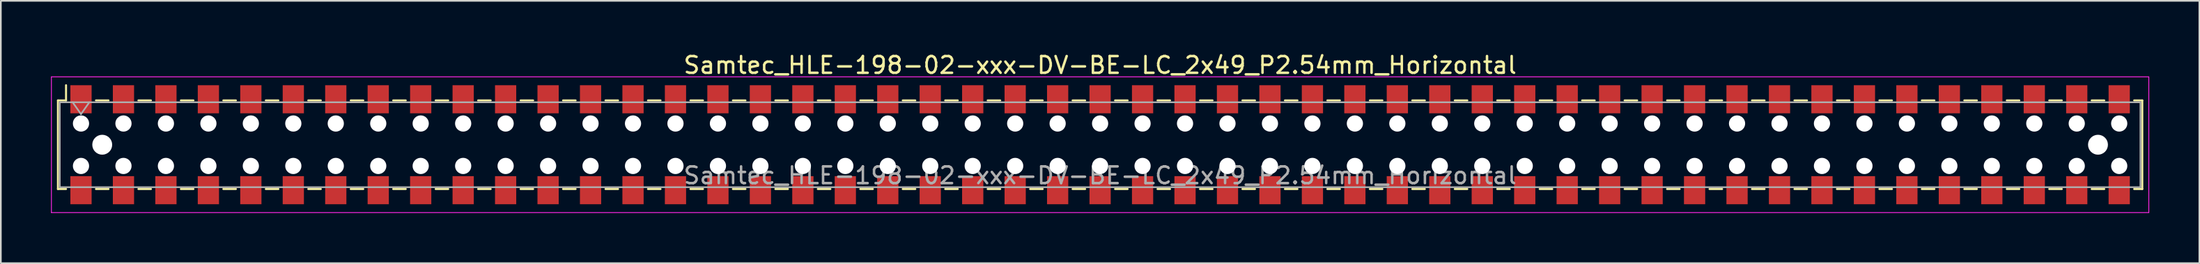
<source format=kicad_pcb>
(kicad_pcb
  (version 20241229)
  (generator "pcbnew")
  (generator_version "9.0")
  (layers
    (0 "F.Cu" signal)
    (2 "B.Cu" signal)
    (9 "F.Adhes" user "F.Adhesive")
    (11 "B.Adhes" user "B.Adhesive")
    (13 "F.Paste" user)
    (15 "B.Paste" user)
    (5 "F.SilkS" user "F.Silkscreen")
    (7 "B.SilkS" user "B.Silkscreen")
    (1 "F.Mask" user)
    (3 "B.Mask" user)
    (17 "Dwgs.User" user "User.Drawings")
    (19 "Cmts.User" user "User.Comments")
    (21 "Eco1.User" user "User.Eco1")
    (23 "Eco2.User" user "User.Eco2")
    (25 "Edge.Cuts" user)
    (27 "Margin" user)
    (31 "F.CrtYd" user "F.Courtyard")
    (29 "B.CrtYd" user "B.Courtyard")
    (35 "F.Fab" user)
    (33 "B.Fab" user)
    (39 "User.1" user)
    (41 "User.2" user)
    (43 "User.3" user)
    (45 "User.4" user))
  (footprint "Samtec_HLE-198-02-xxx-DV-BE-LC_2x49_P2.54mm_Horizontal"
    (layer "F.Cu")
    (at 62.755 5.608)
    (property "Reference" "Samtec_HLE-198-02-xxx-DV-BE-LC_2x49_P2.54mm_Horizontal" (at 0 -4.76 0) (layer "F.SilkS") (effects (font (size 1 1) (thickness 0.15))))
    (attr smd)
    (fp_line (start -62.34 -2.65) (end -62.34 2.65) (stroke (width 0.12) (type solid)) (layer "F.SilkS"))
    (fp_line (start -62.34 2.65) (end -61.855 2.65) (stroke (width 0.12) (type solid)) (layer "F.SilkS"))
    (fp_line (start -61.855 -3.56) (end -61.855 -2.65) (stroke (width 0.12) (type solid)) (layer "F.SilkS"))
    (fp_line (start -61.855 -2.65) (end -62.34 -2.65) (stroke (width 0.12) (type solid)) (layer "F.SilkS"))
    (fp_line (start -60.065 -2.65) (end -59.315 -2.65) (stroke (width 0.12) (type solid)) (layer "F.SilkS"))
    (fp_line (start -60.065 2.65) (end -59.315 2.65) (stroke (width 0.12) (type solid)) (layer "F.SilkS"))
    (fp_line (start -57.525 -2.65) (end -56.775 -2.65) (stroke (width 0.12) (type solid)) (layer "F.SilkS"))
    (fp_line (start -57.525 2.65) (end -56.775 2.65) (stroke (width 0.12) (type solid)) (layer "F.SilkS"))
    (fp_line (start -54.985 -2.65) (end -54.235 -2.65) (stroke (width 0.12) (type solid)) (layer "F.SilkS"))
    (fp_line (start -54.985 2.65) (end -54.235 2.65) (stroke (width 0.12) (type solid)) (layer "F.SilkS"))
    (fp_line (start -52.445 -2.65) (end -51.695 -2.65) (stroke (width 0.12) (type solid)) (layer "F.SilkS"))
    (fp_line (start -52.445 2.65) (end -51.695 2.65) (stroke (width 0.12) (type solid)) (layer "F.SilkS"))
    (fp_line (start -49.905 -2.65) (end -49.155 -2.65) (stroke (width 0.12) (type solid)) (layer "F.SilkS"))
    (fp_line (start -49.905 2.65) (end -49.155 2.65) (stroke (width 0.12) (type solid)) (layer "F.SilkS"))
    (fp_line (start -47.365 -2.65) (end -46.615 -2.65) (stroke (width 0.12) (type solid)) (layer "F.SilkS"))
    (fp_line (start -47.365 2.65) (end -46.615 2.65) (stroke (width 0.12) (type solid)) (layer "F.SilkS"))
    (fp_line (start -44.825 -2.65) (end -44.075 -2.65) (stroke (width 0.12) (type solid)) (layer "F.SilkS"))
    (fp_line (start -44.825 2.65) (end -44.075 2.65) (stroke (width 0.12) (type solid)) (layer "F.SilkS"))
    (fp_line (start -42.285 -2.65) (end -41.535 -2.65) (stroke (width 0.12) (type solid)) (layer "F.SilkS"))
    (fp_line (start -42.285 2.65) (end -41.535 2.65) (stroke (width 0.12) (type solid)) (layer "F.SilkS"))
    (fp_line (start -39.745 -2.65) (end -38.995 -2.65) (stroke (width 0.12) (type solid)) (layer "F.SilkS"))
    (fp_line (start -39.745 2.65) (end -38.995 2.65) (stroke (width 0.12) (type solid)) (layer "F.SilkS"))
    (fp_line (start -37.205 -2.65) (end -36.455 -2.65) (stroke (width 0.12) (type solid)) (layer "F.SilkS"))
    (fp_line (start -37.205 2.65) (end -36.455 2.65) (stroke (width 0.12) (type solid)) (layer "F.SilkS"))
    (fp_line (start -34.665 -2.65) (end -33.915 -2.65) (stroke (width 0.12) (type solid)) (layer "F.SilkS"))
    (fp_line (start -34.665 2.65) (end -33.915 2.65) (stroke (width 0.12) (type solid)) (layer "F.SilkS"))
    (fp_line (start -32.125 -2.65) (end -31.375 -2.65) (stroke (width 0.12) (type solid)) (layer "F.SilkS"))
    (fp_line (start -32.125 2.65) (end -31.375 2.65) (stroke (width 0.12) (type solid)) (layer "F.SilkS"))
    (fp_line (start -29.585 -2.65) (end -28.835 -2.65) (stroke (width 0.12) (type solid)) (layer "F.SilkS"))
    (fp_line (start -29.585 2.65) (end -28.835 2.65) (stroke (width 0.12) (type solid)) (layer "F.SilkS"))
    (fp_line (start -27.045 -2.65) (end -26.295 -2.65) (stroke (width 0.12) (type solid)) (layer "F.SilkS"))
    (fp_line (start -27.045 2.65) (end -26.295 2.65) (stroke (width 0.12) (type solid)) (layer "F.SilkS"))
    (fp_line (start -24.505 -2.65) (end -23.755 -2.65) (stroke (width 0.12) (type solid)) (layer "F.SilkS"))
    (fp_line (start -24.505 2.65) (end -23.755 2.65) (stroke (width 0.12) (type solid)) (layer "F.SilkS"))
    (fp_line (start -21.965 -2.65) (end -21.215 -2.65) (stroke (width 0.12) (type solid)) (layer "F.SilkS"))
    (fp_line (start -21.965 2.65) (end -21.215 2.65) (stroke (width 0.12) (type solid)) (layer "F.SilkS"))
    (fp_line (start -19.425 -2.65) (end -18.675 -2.65) (stroke (width 0.12) (type solid)) (layer "F.SilkS"))
    (fp_line (start -19.425 2.65) (end -18.675 2.65) (stroke (width 0.12) (type solid)) (layer "F.SilkS"))
    (fp_line (start -16.885 -2.65) (end -16.135 -2.65) (stroke (width 0.12) (type solid)) (layer "F.SilkS"))
    (fp_line (start -16.885 2.65) (end -16.135 2.65) (stroke (width 0.12) (type solid)) (layer "F.SilkS"))
    (fp_line (start -14.345 -2.65) (end -13.595 -2.65) (stroke (width 0.12) (type solid)) (layer "F.SilkS"))
    (fp_line (start -14.345 2.65) (end -13.595 2.65) (stroke (width 0.12) (type solid)) (layer "F.SilkS"))
    (fp_line (start -11.805 -2.65) (end -11.055 -2.65) (stroke (width 0.12) (type solid)) (layer "F.SilkS"))
    (fp_line (start -11.805 2.65) (end -11.055 2.65) (stroke (width 0.12) (type solid)) (layer "F.SilkS"))
    (fp_line (start -9.265 -2.65) (end -8.515 -2.65) (stroke (width 0.12) (type solid)) (layer "F.SilkS"))
    (fp_line (start -9.265 2.65) (end -8.515 2.65) (stroke (width 0.12) (type solid)) (layer "F.SilkS"))
    (fp_line (start -6.725 -2.65) (end -5.975 -2.65) (stroke (width 0.12) (type solid)) (layer "F.SilkS"))
    (fp_line (start -6.725 2.65) (end -5.975 2.65) (stroke (width 0.12) (type solid)) (layer "F.SilkS"))
    (fp_line (start -4.185 -2.65) (end -3.435 -2.65) (stroke (width 0.12) (type solid)) (layer "F.SilkS"))
    (fp_line (start -4.185 2.65) (end -3.435 2.65) (stroke (width 0.12) (type solid)) (layer "F.SilkS"))
    (fp_line (start -1.645 -2.65) (end -0.895 -2.65) (stroke (width 0.12) (type solid)) (layer "F.SilkS"))
    (fp_line (start -1.645 2.65) (end -0.895 2.65) (stroke (width 0.12) (type solid)) (layer "F.SilkS"))
    (fp_line (start 0.895 -2.65) (end 1.645 -2.65) (stroke (width 0.12) (type solid)) (layer "F.SilkS"))
    (fp_line (start 0.895 2.65) (end 1.645 2.65) (stroke (width 0.12) (type solid)) (layer "F.SilkS"))
    (fp_line (start 3.435 -2.65) (end 4.185 -2.65) (stroke (width 0.12) (type solid)) (layer "F.SilkS"))
    (fp_line (start 3.435 2.65) (end 4.185 2.65) (stroke (width 0.12) (type solid)) (layer "F.SilkS"))
    (fp_line (start 5.975 -2.65) (end 6.725 -2.65) (stroke (width 0.12) (type solid)) (layer "F.SilkS"))
    (fp_line (start 5.975 2.65) (end 6.725 2.65) (stroke (width 0.12) (type solid)) (layer "F.SilkS"))
    (fp_line (start 8.515 -2.65) (end 9.265 -2.65) (stroke (width 0.12) (type solid)) (layer "F.SilkS"))
    (fp_line (start 8.515 2.65) (end 9.265 2.65) (stroke (width 0.12) (type solid)) (layer "F.SilkS"))
    (fp_line (start 11.055 -2.65) (end 11.805 -2.65) (stroke (width 0.12) (type solid)) (layer "F.SilkS"))
    (fp_line (start 11.055 2.65) (end 11.805 2.65) (stroke (width 0.12) (type solid)) (layer "F.SilkS"))
    (fp_line (start 13.595 -2.65) (end 14.345 -2.65) (stroke (width 0.12) (type solid)) (layer "F.SilkS"))
    (fp_line (start 13.595 2.65) (end 14.345 2.65) (stroke (width 0.12) (type solid)) (layer "F.SilkS"))
    (fp_line (start 16.135 -2.65) (end 16.885 -2.65) (stroke (width 0.12) (type solid)) (layer "F.SilkS"))
    (fp_line (start 16.135 2.65) (end 16.885 2.65) (stroke (width 0.12) (type solid)) (layer "F.SilkS"))
    (fp_line (start 18.675 -2.65) (end 19.425 -2.65) (stroke (width 0.12) (type solid)) (layer "F.SilkS"))
    (fp_line (start 18.675 2.65) (end 19.425 2.65) (stroke (width 0.12) (type solid)) (layer "F.SilkS"))
    (fp_line (start 21.215 -2.65) (end 21.965 -2.65) (stroke (width 0.12) (type solid)) (layer "F.SilkS"))
    (fp_line (start 21.215 2.65) (end 21.965 2.65) (stroke (width 0.12) (type solid)) (layer "F.SilkS"))
    (fp_line (start 23.755 -2.65) (end 24.505 -2.65) (stroke (width 0.12) (type solid)) (layer "F.SilkS"))
    (fp_line (start 23.755 2.65) (end 24.505 2.65) (stroke (width 0.12) (type solid)) (layer "F.SilkS"))
    (fp_line (start 26.295 -2.65) (end 27.045 -2.65) (stroke (width 0.12) (type solid)) (layer "F.SilkS"))
    (fp_line (start 26.295 2.65) (end 27.045 2.65) (stroke (width 0.12) (type solid)) (layer "F.SilkS"))
    (fp_line (start 28.835 -2.65) (end 29.585 -2.65) (stroke (width 0.12) (type solid)) (layer "F.SilkS"))
    (fp_line (start 28.835 2.65) (end 29.585 2.65) (stroke (width 0.12) (type solid)) (layer "F.SilkS"))
    (fp_line (start 31.375 -2.65) (end 32.125 -2.65) (stroke (width 0.12) (type solid)) (layer "F.SilkS"))
    (fp_line (start 31.375 2.65) (end 32.125 2.65) (stroke (width 0.12) (type solid)) (layer "F.SilkS"))
    (fp_line (start 33.915 -2.65) (end 34.665 -2.65) (stroke (width 0.12) (type solid)) (layer "F.SilkS"))
    (fp_line (start 33.915 2.65) (end 34.665 2.65) (stroke (width 0.12) (type solid)) (layer "F.SilkS"))
    (fp_line (start 36.455 -2.65) (end 37.205 -2.65) (stroke (width 0.12) (type solid)) (layer "F.SilkS"))
    (fp_line (start 36.455 2.65) (end 37.205 2.65) (stroke (width 0.12) (type solid)) (layer "F.SilkS"))
    (fp_line (start 38.995 -2.65) (end 39.745 -2.65) (stroke (width 0.12) (type solid)) (layer "F.SilkS"))
    (fp_line (start 38.995 2.65) (end 39.745 2.65) (stroke (width 0.12) (type solid)) (layer "F.SilkS"))
    (fp_line (start 41.535 -2.65) (end 42.285 -2.65) (stroke (width 0.12) (type solid)) (layer "F.SilkS"))
    (fp_line (start 41.535 2.65) (end 42.285 2.65) (stroke (width 0.12) (type solid)) (layer "F.SilkS"))
    (fp_line (start 44.075 -2.65) (end 44.825 -2.65) (stroke (width 0.12) (type solid)) (layer "F.SilkS"))
    (fp_line (start 44.075 2.65) (end 44.825 2.65) (stroke (width 0.12) (type solid)) (layer "F.SilkS"))
    (fp_line (start 46.615 -2.65) (end 47.365 -2.65) (stroke (width 0.12) (type solid)) (layer "F.SilkS"))
    (fp_line (start 46.615 2.65) (end 47.365 2.65) (stroke (width 0.12) (type solid)) (layer "F.SilkS"))
    (fp_line (start 49.155 -2.65) (end 49.905 -2.65) (stroke (width 0.12) (type solid)) (layer "F.SilkS"))
    (fp_line (start 49.155 2.65) (end 49.905 2.65) (stroke (width 0.12) (type solid)) (layer "F.SilkS"))
    (fp_line (start 51.695 -2.65) (end 52.445 -2.65) (stroke (width 0.12) (type solid)) (layer "F.SilkS"))
    (fp_line (start 51.695 2.65) (end 52.445 2.65) (stroke (width 0.12) (type solid)) (layer "F.SilkS"))
    (fp_line (start 54.235 -2.65) (end 54.985 -2.65) (stroke (width 0.12) (type solid)) (layer "F.SilkS"))
    (fp_line (start 54.235 2.65) (end 54.985 2.65) (stroke (width 0.12) (type solid)) (layer "F.SilkS"))
    (fp_line (start 56.775 -2.65) (end 57.525 -2.65) (stroke (width 0.12) (type solid)) (layer "F.SilkS"))
    (fp_line (start 56.775 2.65) (end 57.525 2.65) (stroke (width 0.12) (type solid)) (layer "F.SilkS"))
    (fp_line (start 59.315 -2.65) (end 60.065 -2.65) (stroke (width 0.12) (type solid)) (layer "F.SilkS"))
    (fp_line (start 59.315 2.65) (end 60.065 2.65) (stroke (width 0.12) (type solid)) (layer "F.SilkS"))
    (fp_line (start 61.855 -2.65) (end 62.34 -2.65) (stroke (width 0.12) (type solid)) (layer "F.SilkS"))
    (fp_line (start 62.34 -2.65) (end 62.34 2.65) (stroke (width 0.12) (type solid)) (layer "F.SilkS"))
    (fp_line (start 62.34 2.65) (end 61.855 2.65) (stroke (width 0.12) (type solid)) (layer "F.SilkS"))
    (fp_line (start -62.73 -4.06) (end 62.73 -4.06) (stroke (width 0.05) (type solid)) (layer "F.CrtYd"))
    (fp_line (start -62.73 4.06) (end -62.73 -4.06) (stroke (width 0.05) (type solid)) (layer "F.CrtYd"))
    (fp_line (start 62.73 -4.06) (end 62.73 4.06) (stroke (width 0.05) (type solid)) (layer "F.CrtYd"))
    (fp_line (start 62.73 4.06) (end -62.73 4.06) (stroke (width 0.05) (type solid)) (layer "F.CrtYd"))
    (fp_line (start -62.23 -2.54) (end 62.23 -2.54) (stroke (width 0.1) (type solid)) (layer "F.Fab"))
    (fp_line (start -62.23 2.54) (end -62.23 -2.54) (stroke (width 0.1) (type solid)) (layer "F.Fab"))
    (fp_line (start -61.46 -2.54) (end -60.96 -1.833) (stroke (width 0.1) (type solid)) (layer "F.Fab"))
    (fp_line (start -60.96 -1.833) (end -60.46 -2.54) (stroke (width 0.1) (type solid)) (layer "F.Fab"))
    (fp_line (start 62.23 -2.54) (end 62.23 2.54) (stroke (width 0.1) (type solid)) (layer "F.Fab"))
    (fp_line (start 62.23 2.54) (end -62.23 2.54) (stroke (width 0.1) (type solid)) (layer "F.Fab"))
    (fp_text user "${REFERENCE}" (at 0 1.84 0) (layer "F.Fab") (effects (font (size 1 1) (thickness 0.15))))
    (pad "" np_thru_hole circle (at -60.96 -1.27) (size 0.97 0.97) (drill 0.97) (layers "*.Cu" "*.Mask"))
    (pad "" np_thru_hole circle (at -60.96 1.27) (size 0.97 0.97) (drill 0.97) (layers "*.Cu" "*.Mask"))
    (pad "" np_thru_hole circle (at -59.69 0) (size 1.19 1.19) (drill 1.19) (layers "*.Cu" "*.Mask"))
    (pad "" np_thru_hole circle (at -58.42 -1.27) (size 0.97 0.97) (drill 0.97) (layers "*.Cu" "*.Mask"))
    (pad "" np_thru_hole circle (at -58.42 1.27) (size 0.97 0.97) (drill 0.97) (layers "*.Cu" "*.Mask"))
    (pad "" np_thru_hole circle (at -55.88 -1.27) (size 0.97 0.97) (drill 0.97) (layers "*.Cu" "*.Mask"))
    (pad "" np_thru_hole circle (at -55.88 1.27) (size 0.97 0.97) (drill 0.97) (layers "*.Cu" "*.Mask"))
    (pad "" np_thru_hole circle (at -53.34 -1.27) (size 0.97 0.97) (drill 0.97) (layers "*.Cu" "*.Mask"))
    (pad "" np_thru_hole circle (at -53.34 1.27) (size 0.97 0.97) (drill 0.97) (layers "*.Cu" "*.Mask"))
    (pad "" np_thru_hole circle (at -50.8 -1.27) (size 0.97 0.97) (drill 0.97) (layers "*.Cu" "*.Mask"))
    (pad "" np_thru_hole circle (at -50.8 1.27) (size 0.97 0.97) (drill 0.97) (layers "*.Cu" "*.Mask"))
    (pad "" np_thru_hole circle (at -48.26 -1.27) (size 0.97 0.97) (drill 0.97) (layers "*.Cu" "*.Mask"))
    (pad "" np_thru_hole circle (at -48.26 1.27) (size 0.97 0.97) (drill 0.97) (layers "*.Cu" "*.Mask"))
    (pad "" np_thru_hole circle (at -45.72 -1.27) (size 0.97 0.97) (drill 0.97) (layers "*.Cu" "*.Mask"))
    (pad "" np_thru_hole circle (at -45.72 1.27) (size 0.97 0.97) (drill 0.97) (layers "*.Cu" "*.Mask"))
    (pad "" np_thru_hole circle (at -43.18 -1.27) (size 0.97 0.97) (drill 0.97) (layers "*.Cu" "*.Mask"))
    (pad "" np_thru_hole circle (at -43.18 1.27) (size 0.97 0.97) (drill 0.97) (layers "*.Cu" "*.Mask"))
    (pad "" np_thru_hole circle (at -40.64 -1.27) (size 0.97 0.97) (drill 0.97) (layers "*.Cu" "*.Mask"))
    (pad "" np_thru_hole circle (at -40.64 1.27) (size 0.97 0.97) (drill 0.97) (layers "*.Cu" "*.Mask"))
    (pad "" np_thru_hole circle (at -38.1 -1.27) (size 0.97 0.97) (drill 0.97) (layers "*.Cu" "*.Mask"))
    (pad "" np_thru_hole circle (at -38.1 1.27) (size 0.97 0.97) (drill 0.97) (layers "*.Cu" "*.Mask"))
    (pad "" np_thru_hole circle (at -35.56 -1.27) (size 0.97 0.97) (drill 0.97) (layers "*.Cu" "*.Mask"))
    (pad "" np_thru_hole circle (at -35.56 1.27) (size 0.97 0.97) (drill 0.97) (layers "*.Cu" "*.Mask"))
    (pad "" np_thru_hole circle (at -33.02 -1.27) (size 0.97 0.97) (drill 0.97) (layers "*.Cu" "*.Mask"))
    (pad "" np_thru_hole circle (at -33.02 1.27) (size 0.97 0.97) (drill 0.97) (layers "*.Cu" "*.Mask"))
    (pad "" np_thru_hole circle (at -30.48 -1.27) (size 0.97 0.97) (drill 0.97) (layers "*.Cu" "*.Mask"))
    (pad "" np_thru_hole circle (at -30.48 1.27) (size 0.97 0.97) (drill 0.97) (layers "*.Cu" "*.Mask"))
    (pad "" np_thru_hole circle (at -27.94 -1.27) (size 0.97 0.97) (drill 0.97) (layers "*.Cu" "*.Mask"))
    (pad "" np_thru_hole circle (at -27.94 1.27) (size 0.97 0.97) (drill 0.97) (layers "*.Cu" "*.Mask"))
    (pad "" np_thru_hole circle (at -25.4 -1.27) (size 0.97 0.97) (drill 0.97) (layers "*.Cu" "*.Mask"))
    (pad "" np_thru_hole circle (at -25.4 1.27) (size 0.97 0.97) (drill 0.97) (layers "*.Cu" "*.Mask"))
    (pad "" np_thru_hole circle (at -22.86 -1.27) (size 0.97 0.97) (drill 0.97) (layers "*.Cu" "*.Mask"))
    (pad "" np_thru_hole circle (at -22.86 1.27) (size 0.97 0.97) (drill 0.97) (layers "*.Cu" "*.Mask"))
    (pad "" np_thru_hole circle (at -20.32 -1.27) (size 0.97 0.97) (drill 0.97) (layers "*.Cu" "*.Mask"))
    (pad "" np_thru_hole circle (at -20.32 1.27) (size 0.97 0.97) (drill 0.97) (layers "*.Cu" "*.Mask"))
    (pad "" np_thru_hole circle (at -17.78 -1.27) (size 0.97 0.97) (drill 0.97) (layers "*.Cu" "*.Mask"))
    (pad "" np_thru_hole circle (at -17.78 1.27) (size 0.97 0.97) (drill 0.97) (layers "*.Cu" "*.Mask"))
    (pad "" np_thru_hole circle (at -15.24 -1.27) (size 0.97 0.97) (drill 0.97) (layers "*.Cu" "*.Mask"))
    (pad "" np_thru_hole circle (at -15.24 1.27) (size 0.97 0.97) (drill 0.97) (layers "*.Cu" "*.Mask"))
    (pad "" np_thru_hole circle (at -12.7 -1.27) (size 0.97 0.97) (drill 0.97) (layers "*.Cu" "*.Mask"))
    (pad "" np_thru_hole circle (at -12.7 1.27) (size 0.97 0.97) (drill 0.97) (layers "*.Cu" "*.Mask"))
    (pad "" np_thru_hole circle (at -10.16 -1.27) (size 0.97 0.97) (drill 0.97) (layers "*.Cu" "*.Mask"))
    (pad "" np_thru_hole circle (at -10.16 1.27) (size 0.97 0.97) (drill 0.97) (layers "*.Cu" "*.Mask"))
    (pad "" np_thru_hole circle (at -7.62 -1.27) (size 0.97 0.97) (drill 0.97) (layers "*.Cu" "*.Mask"))
    (pad "" np_thru_hole circle (at -7.62 1.27) (size 0.97 0.97) (drill 0.97) (layers "*.Cu" "*.Mask"))
    (pad "" np_thru_hole circle (at -5.08 -1.27) (size 0.97 0.97) (drill 0.97) (layers "*.Cu" "*.Mask"))
    (pad "" np_thru_hole circle (at -5.08 1.27) (size 0.97 0.97) (drill 0.97) (layers "*.Cu" "*.Mask"))
    (pad "" np_thru_hole circle (at -2.54 -1.27) (size 0.97 0.97) (drill 0.97) (layers "*.Cu" "*.Mask"))
    (pad "" np_thru_hole circle (at -2.54 1.27) (size 0.97 0.97) (drill 0.97) (layers "*.Cu" "*.Mask"))
    (pad "" np_thru_hole circle (at 0 -1.27) (size 0.97 0.97) (drill 0.97) (layers "*.Cu" "*.Mask"))
    (pad "" np_thru_hole circle (at 0 1.27) (size 0.97 0.97) (drill 0.97) (layers "*.Cu" "*.Mask"))
    (pad "" np_thru_hole circle (at 2.54 -1.27) (size 0.97 0.97) (drill 0.97) (layers "*.Cu" "*.Mask"))
    (pad "" np_thru_hole circle (at 2.54 1.27) (size 0.97 0.97) (drill 0.97) (layers "*.Cu" "*.Mask"))
    (pad "" np_thru_hole circle (at 5.08 -1.27) (size 0.97 0.97) (drill 0.97) (layers "*.Cu" "*.Mask"))
    (pad "" np_thru_hole circle (at 5.08 1.27) (size 0.97 0.97) (drill 0.97) (layers "*.Cu" "*.Mask"))
    (pad "" np_thru_hole circle (at 7.62 -1.27) (size 0.97 0.97) (drill 0.97) (layers "*.Cu" "*.Mask"))
    (pad "" np_thru_hole circle (at 7.62 1.27) (size 0.97 0.97) (drill 0.97) (layers "*.Cu" "*.Mask"))
    (pad "" np_thru_hole circle (at 10.16 -1.27) (size 0.97 0.97) (drill 0.97) (layers "*.Cu" "*.Mask"))
    (pad "" np_thru_hole circle (at 10.16 1.27) (size 0.97 0.97) (drill 0.97) (layers "*.Cu" "*.Mask"))
    (pad "" np_thru_hole circle (at 12.7 -1.27) (size 0.97 0.97) (drill 0.97) (layers "*.Cu" "*.Mask"))
    (pad "" np_thru_hole circle (at 12.7 1.27) (size 0.97 0.97) (drill 0.97) (layers "*.Cu" "*.Mask"))
    (pad "" np_thru_hole circle (at 15.24 -1.27) (size 0.97 0.97) (drill 0.97) (layers "*.Cu" "*.Mask"))
    (pad "" np_thru_hole circle (at 15.24 1.27) (size 0.97 0.97) (drill 0.97) (layers "*.Cu" "*.Mask"))
    (pad "" np_thru_hole circle (at 17.78 -1.27) (size 0.97 0.97) (drill 0.97) (layers "*.Cu" "*.Mask"))
    (pad "" np_thru_hole circle (at 17.78 1.27) (size 0.97 0.97) (drill 0.97) (layers "*.Cu" "*.Mask"))
    (pad "" np_thru_hole circle (at 20.32 -1.27) (size 0.97 0.97) (drill 0.97) (layers "*.Cu" "*.Mask"))
    (pad "" np_thru_hole circle (at 20.32 1.27) (size 0.97 0.97) (drill 0.97) (layers "*.Cu" "*.Mask"))
    (pad "" np_thru_hole circle (at 22.86 -1.27) (size 0.97 0.97) (drill 0.97) (layers "*.Cu" "*.Mask"))
    (pad "" np_thru_hole circle (at 22.86 1.27) (size 0.97 0.97) (drill 0.97) (layers "*.Cu" "*.Mask"))
    (pad "" np_thru_hole circle (at 25.4 -1.27) (size 0.97 0.97) (drill 0.97) (layers "*.Cu" "*.Mask"))
    (pad "" np_thru_hole circle (at 25.4 1.27) (size 0.97 0.97) (drill 0.97) (layers "*.Cu" "*.Mask"))
    (pad "" np_thru_hole circle (at 27.94 -1.27) (size 0.97 0.97) (drill 0.97) (layers "*.Cu" "*.Mask"))
    (pad "" np_thru_hole circle (at 27.94 1.27) (size 0.97 0.97) (drill 0.97) (layers "*.Cu" "*.Mask"))
    (pad "" np_thru_hole circle (at 30.48 -1.27) (size 0.97 0.97) (drill 0.97) (layers "*.Cu" "*.Mask"))
    (pad "" np_thru_hole circle (at 30.48 1.27) (size 0.97 0.97) (drill 0.97) (layers "*.Cu" "*.Mask"))
    (pad "" np_thru_hole circle (at 33.02 -1.27) (size 0.97 0.97) (drill 0.97) (layers "*.Cu" "*.Mask"))
    (pad "" np_thru_hole circle (at 33.02 1.27) (size 0.97 0.97) (drill 0.97) (layers "*.Cu" "*.Mask"))
    (pad "" np_thru_hole circle (at 35.56 -1.27) (size 0.97 0.97) (drill 0.97) (layers "*.Cu" "*.Mask"))
    (pad "" np_thru_hole circle (at 35.56 1.27) (size 0.97 0.97) (drill 0.97) (layers "*.Cu" "*.Mask"))
    (pad "" np_thru_hole circle (at 38.1 -1.27) (size 0.97 0.97) (drill 0.97) (layers "*.Cu" "*.Mask"))
    (pad "" np_thru_hole circle (at 38.1 1.27) (size 0.97 0.97) (drill 0.97) (layers "*.Cu" "*.Mask"))
    (pad "" np_thru_hole circle (at 40.64 -1.27) (size 0.97 0.97) (drill 0.97) (layers "*.Cu" "*.Mask"))
    (pad "" np_thru_hole circle (at 40.64 1.27) (size 0.97 0.97) (drill 0.97) (layers "*.Cu" "*.Mask"))
    (pad "" np_thru_hole circle (at 43.18 -1.27) (size 0.97 0.97) (drill 0.97) (layers "*.Cu" "*.Mask"))
    (pad "" np_thru_hole circle (at 43.18 1.27) (size 0.97 0.97) (drill 0.97) (layers "*.Cu" "*.Mask"))
    (pad "" np_thru_hole circle (at 45.72 -1.27) (size 0.97 0.97) (drill 0.97) (layers "*.Cu" "*.Mask"))
    (pad "" np_thru_hole circle (at 45.72 1.27) (size 0.97 0.97) (drill 0.97) (layers "*.Cu" "*.Mask"))
    (pad "" np_thru_hole circle (at 48.26 -1.27) (size 0.97 0.97) (drill 0.97) (layers "*.Cu" "*.Mask"))
    (pad "" np_thru_hole circle (at 48.26 1.27) (size 0.97 0.97) (drill 0.97) (layers "*.Cu" "*.Mask"))
    (pad "" np_thru_hole circle (at 50.8 -1.27) (size 0.97 0.97) (drill 0.97) (layers "*.Cu" "*.Mask"))
    (pad "" np_thru_hole circle (at 50.8 1.27) (size 0.97 0.97) (drill 0.97) (layers "*.Cu" "*.Mask"))
    (pad "" np_thru_hole circle (at 53.34 -1.27) (size 0.97 0.97) (drill 0.97) (layers "*.Cu" "*.Mask"))
    (pad "" np_thru_hole circle (at 53.34 1.27) (size 0.97 0.97) (drill 0.97) (layers "*.Cu" "*.Mask"))
    (pad "" np_thru_hole circle (at 55.88 -1.27) (size 0.97 0.97) (drill 0.97) (layers "*.Cu" "*.Mask"))
    (pad "" np_thru_hole circle (at 55.88 1.27) (size 0.97 0.97) (drill 0.97) (layers "*.Cu" "*.Mask"))
    (pad "" np_thru_hole circle (at 58.42 -1.27) (size 0.97 0.97) (drill 0.97) (layers "*.Cu" "*.Mask"))
    (pad "" np_thru_hole circle (at 58.42 1.27) (size 0.97 0.97) (drill 0.97) (layers "*.Cu" "*.Mask"))
    (pad "" np_thru_hole circle (at 59.69 0) (size 1.19 1.19) (drill 1.19) (layers "*.Cu" "*.Mask"))
    (pad "" np_thru_hole circle (at 60.96 -1.27) (size 0.97 0.97) (drill 0.97) (layers "*.Cu" "*.Mask"))
    (pad "" np_thru_hole circle (at 60.96 1.27) (size 0.97 0.97) (drill 0.97) (layers "*.Cu" "*.Mask"))
    (pad "1" smd rect (at -60.96 -2.72) (size 1.27 1.68) (layers "F.Cu" "F.Mask" "F.Paste"))
    (pad "2" smd rect (at -60.96 2.72) (size 1.27 1.68) (layers "F.Cu" "F.Mask" "F.Paste"))
    (pad "3" smd rect (at -58.42 -2.72) (size 1.27 1.68) (layers "F.Cu" "F.Mask" "F.Paste"))
    (pad "4" smd rect (at -58.42 2.72) (size 1.27 1.68) (layers "F.Cu" "F.Mask" "F.Paste"))
    (pad "5" smd rect (at -55.88 -2.72) (size 1.27 1.68) (layers "F.Cu" "F.Mask" "F.Paste"))
    (pad "6" smd rect (at -55.88 2.72) (size 1.27 1.68) (layers "F.Cu" "F.Mask" "F.Paste"))
    (pad "7" smd rect (at -53.34 -2.72) (size 1.27 1.68) (layers "F.Cu" "F.Mask" "F.Paste"))
    (pad "8" smd rect (at -53.34 2.72) (size 1.27 1.68) (layers "F.Cu" "F.Mask" "F.Paste"))
    (pad "9" smd rect (at -50.8 -2.72) (size 1.27 1.68) (layers "F.Cu" "F.Mask" "F.Paste"))
    (pad "10" smd rect (at -50.8 2.72) (size 1.27 1.68) (layers "F.Cu" "F.Mask" "F.Paste"))
    (pad "11" smd rect (at -48.26 -2.72) (size 1.27 1.68) (layers "F.Cu" "F.Mask" "F.Paste"))
    (pad "12" smd rect (at -48.26 2.72) (size 1.27 1.68) (layers "F.Cu" "F.Mask" "F.Paste"))
    (pad "13" smd rect (at -45.72 -2.72) (size 1.27 1.68) (layers "F.Cu" "F.Mask" "F.Paste"))
    (pad "14" smd rect (at -45.72 2.72) (size 1.27 1.68) (layers "F.Cu" "F.Mask" "F.Paste"))
    (pad "15" smd rect (at -43.18 -2.72) (size 1.27 1.68) (layers "F.Cu" "F.Mask" "F.Paste"))
    (pad "16" smd rect (at -43.18 2.72) (size 1.27 1.68) (layers "F.Cu" "F.Mask" "F.Paste"))
    (pad "17" smd rect (at -40.64 -2.72) (size 1.27 1.68) (layers "F.Cu" "F.Mask" "F.Paste"))
    (pad "18" smd rect (at -40.64 2.72) (size 1.27 1.68) (layers "F.Cu" "F.Mask" "F.Paste"))
    (pad "19" smd rect (at -38.1 -2.72) (size 1.27 1.68) (layers "F.Cu" "F.Mask" "F.Paste"))
    (pad "20" smd rect (at -38.1 2.72) (size 1.27 1.68) (layers "F.Cu" "F.Mask" "F.Paste"))
    (pad "21" smd rect (at -35.56 -2.72) (size 1.27 1.68) (layers "F.Cu" "F.Mask" "F.Paste"))
    (pad "22" smd rect (at -35.56 2.72) (size 1.27 1.68) (layers "F.Cu" "F.Mask" "F.Paste"))
    (pad "23" smd rect (at -33.02 -2.72) (size 1.27 1.68) (layers "F.Cu" "F.Mask" "F.Paste"))
    (pad "24" smd rect (at -33.02 2.72) (size 1.27 1.68) (layers "F.Cu" "F.Mask" "F.Paste"))
    (pad "25" smd rect (at -30.48 -2.72) (size 1.27 1.68) (layers "F.Cu" "F.Mask" "F.Paste"))
    (pad "26" smd rect (at -30.48 2.72) (size 1.27 1.68) (layers "F.Cu" "F.Mask" "F.Paste"))
    (pad "27" smd rect (at -27.94 -2.72) (size 1.27 1.68) (layers "F.Cu" "F.Mask" "F.Paste"))
    (pad "28" smd rect (at -27.94 2.72) (size 1.27 1.68) (layers "F.Cu" "F.Mask" "F.Paste"))
    (pad "29" smd rect (at -25.4 -2.72) (size 1.27 1.68) (layers "F.Cu" "F.Mask" "F.Paste"))
    (pad "30" smd rect (at -25.4 2.72) (size 1.27 1.68) (layers "F.Cu" "F.Mask" "F.Paste"))
    (pad "31" smd rect (at -22.86 -2.72) (size 1.27 1.68) (layers "F.Cu" "F.Mask" "F.Paste"))
    (pad "32" smd rect (at -22.86 2.72) (size 1.27 1.68) (layers "F.Cu" "F.Mask" "F.Paste"))
    (pad "33" smd rect (at -20.32 -2.72) (size 1.27 1.68) (layers "F.Cu" "F.Mask" "F.Paste"))
    (pad "34" smd rect (at -20.32 2.72) (size 1.27 1.68) (layers "F.Cu" "F.Mask" "F.Paste"))
    (pad "35" smd rect (at -17.78 -2.72) (size 1.27 1.68) (layers "F.Cu" "F.Mask" "F.Paste"))
    (pad "36" smd rect (at -17.78 2.72) (size 1.27 1.68) (layers "F.Cu" "F.Mask" "F.Paste"))
    (pad "37" smd rect (at -15.24 -2.72) (size 1.27 1.68) (layers "F.Cu" "F.Mask" "F.Paste"))
    (pad "38" smd rect (at -15.24 2.72) (size 1.27 1.68) (layers "F.Cu" "F.Mask" "F.Paste"))
    (pad "39" smd rect (at -12.7 -2.72) (size 1.27 1.68) (layers "F.Cu" "F.Mask" "F.Paste"))
    (pad "40" smd rect (at -12.7 2.72) (size 1.27 1.68) (layers "F.Cu" "F.Mask" "F.Paste"))
    (pad "41" smd rect (at -10.16 -2.72) (size 1.27 1.68) (layers "F.Cu" "F.Mask" "F.Paste"))
    (pad "42" smd rect (at -10.16 2.72) (size 1.27 1.68) (layers "F.Cu" "F.Mask" "F.Paste"))
    (pad "43" smd rect (at -7.62 -2.72) (size 1.27 1.68) (layers "F.Cu" "F.Mask" "F.Paste"))
    (pad "44" smd rect (at -7.62 2.72) (size 1.27 1.68) (layers "F.Cu" "F.Mask" "F.Paste"))
    (pad "45" smd rect (at -5.08 -2.72) (size 1.27 1.68) (layers "F.Cu" "F.Mask" "F.Paste"))
    (pad "46" smd rect (at -5.08 2.72) (size 1.27 1.68) (layers "F.Cu" "F.Mask" "F.Paste"))
    (pad "47" smd rect (at -2.54 -2.72) (size 1.27 1.68) (layers "F.Cu" "F.Mask" "F.Paste"))
    (pad "48" smd rect (at -2.54 2.72) (size 1.27 1.68) (layers "F.Cu" "F.Mask" "F.Paste"))
    (pad "49" smd rect (at 0 -2.72) (size 1.27 1.68) (layers "F.Cu" "F.Mask" "F.Paste"))
    (pad "50" smd rect (at 0 2.72) (size 1.27 1.68) (layers "F.Cu" "F.Mask" "F.Paste"))
    (pad "51" smd rect (at 2.54 -2.72) (size 1.27 1.68) (layers "F.Cu" "F.Mask" "F.Paste"))
    (pad "52" smd rect (at 2.54 2.72) (size 1.27 1.68) (layers "F.Cu" "F.Mask" "F.Paste"))
    (pad "53" smd rect (at 5.08 -2.72) (size 1.27 1.68) (layers "F.Cu" "F.Mask" "F.Paste"))
    (pad "54" smd rect (at 5.08 2.72) (size 1.27 1.68) (layers "F.Cu" "F.Mask" "F.Paste"))
    (pad "55" smd rect (at 7.62 -2.72) (size 1.27 1.68) (layers "F.Cu" "F.Mask" "F.Paste"))
    (pad "56" smd rect (at 7.62 2.72) (size 1.27 1.68) (layers "F.Cu" "F.Mask" "F.Paste"))
    (pad "57" smd rect (at 10.16 -2.72) (size 1.27 1.68) (layers "F.Cu" "F.Mask" "F.Paste"))
    (pad "58" smd rect (at 10.16 2.72) (size 1.27 1.68) (layers "F.Cu" "F.Mask" "F.Paste"))
    (pad "59" smd rect (at 12.7 -2.72) (size 1.27 1.68) (layers "F.Cu" "F.Mask" "F.Paste"))
    (pad "60" smd rect (at 12.7 2.72) (size 1.27 1.68) (layers "F.Cu" "F.Mask" "F.Paste"))
    (pad "61" smd rect (at 15.24 -2.72) (size 1.27 1.68) (layers "F.Cu" "F.Mask" "F.Paste"))
    (pad "62" smd rect (at 15.24 2.72) (size 1.27 1.68) (layers "F.Cu" "F.Mask" "F.Paste"))
    (pad "63" smd rect (at 17.78 -2.72) (size 1.27 1.68) (layers "F.Cu" "F.Mask" "F.Paste"))
    (pad "64" smd rect (at 17.78 2.72) (size 1.27 1.68) (layers "F.Cu" "F.Mask" "F.Paste"))
    (pad "65" smd rect (at 20.32 -2.72) (size 1.27 1.68) (layers "F.Cu" "F.Mask" "F.Paste"))
    (pad "66" smd rect (at 20.32 2.72) (size 1.27 1.68) (layers "F.Cu" "F.Mask" "F.Paste"))
    (pad "67" smd rect (at 22.86 -2.72) (size 1.27 1.68) (layers "F.Cu" "F.Mask" "F.Paste"))
    (pad "68" smd rect (at 22.86 2.72) (size 1.27 1.68) (layers "F.Cu" "F.Mask" "F.Paste"))
    (pad "69" smd rect (at 25.4 -2.72) (size 1.27 1.68) (layers "F.Cu" "F.Mask" "F.Paste"))
    (pad "70" smd rect (at 25.4 2.72) (size 1.27 1.68) (layers "F.Cu" "F.Mask" "F.Paste"))
    (pad "71" smd rect (at 27.94 -2.72) (size 1.27 1.68) (layers "F.Cu" "F.Mask" "F.Paste"))
    (pad "72" smd rect (at 27.94 2.72) (size 1.27 1.68) (layers "F.Cu" "F.Mask" "F.Paste"))
    (pad "73" smd rect (at 30.48 -2.72) (size 1.27 1.68) (layers "F.Cu" "F.Mask" "F.Paste"))
    (pad "74" smd rect (at 30.48 2.72) (size 1.27 1.68) (layers "F.Cu" "F.Mask" "F.Paste"))
    (pad "75" smd rect (at 33.02 -2.72) (size 1.27 1.68) (layers "F.Cu" "F.Mask" "F.Paste"))
    (pad "76" smd rect (at 33.02 2.72) (size 1.27 1.68) (layers "F.Cu" "F.Mask" "F.Paste"))
    (pad "77" smd rect (at 35.56 -2.72) (size 1.27 1.68) (layers "F.Cu" "F.Mask" "F.Paste"))
    (pad "78" smd rect (at 35.56 2.72) (size 1.27 1.68) (layers "F.Cu" "F.Mask" "F.Paste"))
    (pad "79" smd rect (at 38.1 -2.72) (size 1.27 1.68) (layers "F.Cu" "F.Mask" "F.Paste"))
    (pad "80" smd rect (at 38.1 2.72) (size 1.27 1.68) (layers "F.Cu" "F.Mask" "F.Paste"))
    (pad "81" smd rect (at 40.64 -2.72) (size 1.27 1.68) (layers "F.Cu" "F.Mask" "F.Paste"))
    (pad "82" smd rect (at 40.64 2.72) (size 1.27 1.68) (layers "F.Cu" "F.Mask" "F.Paste"))
    (pad "83" smd rect (at 43.18 -2.72) (size 1.27 1.68) (layers "F.Cu" "F.Mask" "F.Paste"))
    (pad "84" smd rect (at 43.18 2.72) (size 1.27 1.68) (layers "F.Cu" "F.Mask" "F.Paste"))
    (pad "85" smd rect (at 45.72 -2.72) (size 1.27 1.68) (layers "F.Cu" "F.Mask" "F.Paste"))
    (pad "86" smd rect (at 45.72 2.72) (size 1.27 1.68) (layers "F.Cu" "F.Mask" "F.Paste"))
    (pad "87" smd rect (at 48.26 -2.72) (size 1.27 1.68) (layers "F.Cu" "F.Mask" "F.Paste"))
    (pad "88" smd rect (at 48.26 2.72) (size 1.27 1.68) (layers "F.Cu" "F.Mask" "F.Paste"))
    (pad "89" smd rect (at 50.8 -2.72) (size 1.27 1.68) (layers "F.Cu" "F.Mask" "F.Paste"))
    (pad "90" smd rect (at 50.8 2.72) (size 1.27 1.68) (layers "F.Cu" "F.Mask" "F.Paste"))
    (pad "91" smd rect (at 53.34 -2.72) (size 1.27 1.68) (layers "F.Cu" "F.Mask" "F.Paste"))
    (pad "92" smd rect (at 53.34 2.72) (size 1.27 1.68) (layers "F.Cu" "F.Mask" "F.Paste"))
    (pad "93" smd rect (at 55.88 -2.72) (size 1.27 1.68) (layers "F.Cu" "F.Mask" "F.Paste"))
    (pad "94" smd rect (at 55.88 2.72) (size 1.27 1.68) (layers "F.Cu" "F.Mask" "F.Paste"))
    (pad "95" smd rect (at 58.42 -2.72) (size 1.27 1.68) (layers "F.Cu" "F.Mask" "F.Paste"))
    (pad "96" smd rect (at 58.42 2.72) (size 1.27 1.68) (layers "F.Cu" "F.Mask" "F.Paste"))
    (pad "97" smd rect (at 60.96 -2.72) (size 1.27 1.68) (layers "F.Cu" "F.Mask" "F.Paste"))
    (pad "98" smd rect (at 60.96 2.72) (size 1.27 1.68) (layers "F.Cu" "F.Mask" "F.Paste")))
  (gr_rect
    (start -3 -3)
    (end 128.51 12.693)
    (stroke (width 0.1) (type default))
    (fill no)
    (layer "Edge.Cuts")))
</source>
